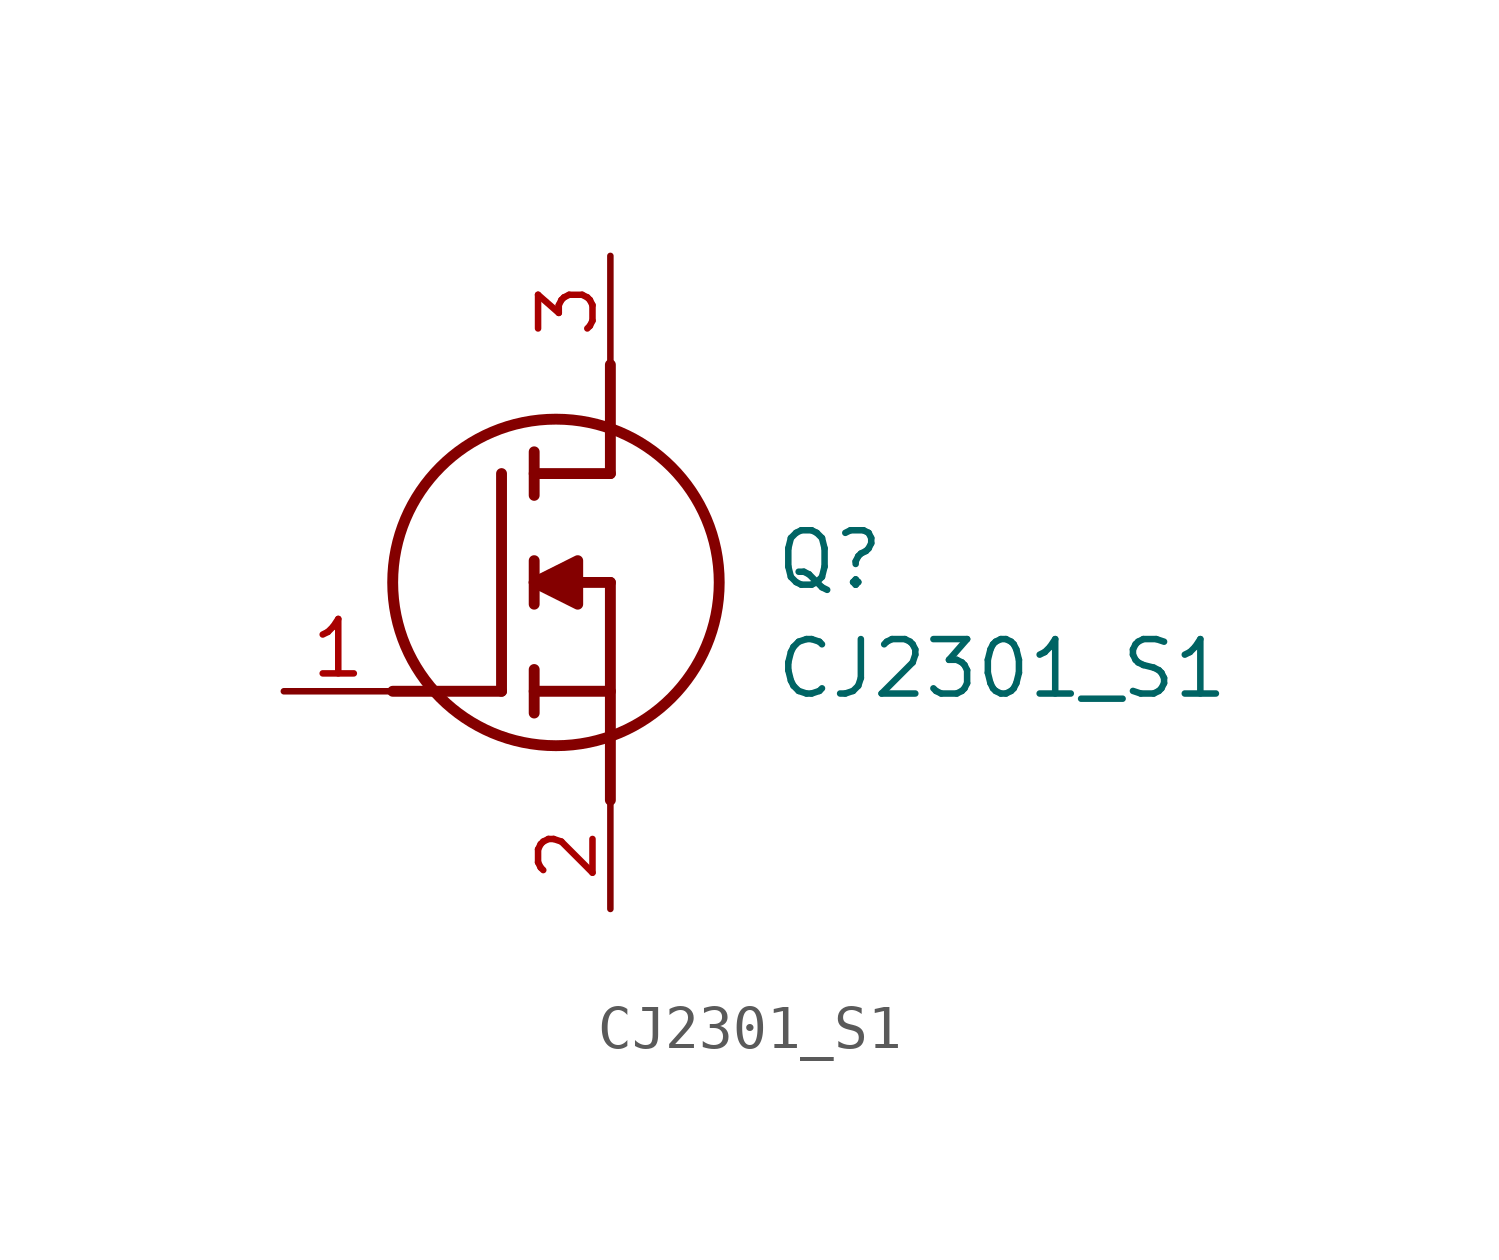
<source format=kicad_sym>
(kicad_symbol_lib
  (version 20211014)
  (generator SamacSys_ECAD_Model)
  (symbol "CJ2301_S1"
    (pin_names hide)
    (property "Reference" "Q"
      (at 11.43 3.81 0)
      (effects (font (size 1.27 1.27)) (justify left top)))
    (property "Value" "CJ2301_S1"
      (at 11.43 1.27 0)
      (effects (font (size 1.27 1.27)) (justify left top)))
    (polyline
      (pts (xy 7.62 2.54) (xy 7.62 -2.54))
      (stroke (width 0.254) (type default))
      (fill (type none)))
    (polyline
      (pts (xy 7.62 5.08) (xy 7.62 7.62))
      (stroke (width 0.254) (type default))
      (fill (type none)))
    (polyline
      (pts (xy 2.54 0) (xy 5.08 0))
      (stroke (width 0.254) (type default))
      (fill (type none)))
    (polyline
      (pts (xy 5.08 5.08) (xy 5.08 0))
      (stroke (width 0.254) (type default))
      (fill (type none)))
    (polyline
      (pts (xy 7.62 2.54) (xy 5.842 2.54))
      (stroke (width 0.254) (type default))
      (fill (type none)))
    (polyline
      (pts (xy 7.62 5.08) (xy 5.842 5.08))
      (stroke (width 0.254) (type default))
      (fill (type none)))
    (polyline
      (pts (xy 5.842 0) (xy 7.62 0))
      (stroke (width 0.254) (type default))
      (fill (type none)))
    (polyline
      (pts (xy 5.842 5.588) (xy 5.842 4.572))
      (stroke (width 0.254) (type default))
      (fill (type none)))
    (polyline
      (pts (xy 5.842 -0.508) (xy 5.842 0.508))
      (stroke (width 0.254) (type default))
      (fill (type none)))
    (polyline
      (pts (xy 5.842 2.032) (xy 5.842 3.048))
      (stroke (width 0.254) (type default))
      (fill (type none)))
    (circle
      (center 6.35 2.54)
      (radius 3.81)
      (stroke (width 0.254) (type default))
      (fill (type none)))
    (polyline
      (pts (xy 5.842 2.54) (xy 6.858 3.048) (xy 6.858 2.032) (xy 5.842 2.54))
      (stroke (width 0.254) (type default))
      (fill (type outline)))
    (pin passive line
      (at 0 0 0)
      (length 2.54)
      (name "G" (effects (font (size 1.27 1.27))))
      (number "1" (effects (font (size 1.27 1.27)))))
    (pin passive line
      (at 7.62 10.16 270)
      (length 2.54)
      (name "D" (effects (font (size 1.27 1.27))))
      (number "3" (effects (font (size 1.27 1.27)))))
    (pin passive line
      (at 7.62 -5.08 90)
      (length 2.54)
      (name "S" (effects (font (size 1.27 1.27))))
      (number "2" (effects (font (size 1.27 1.27)))))))
</source>
